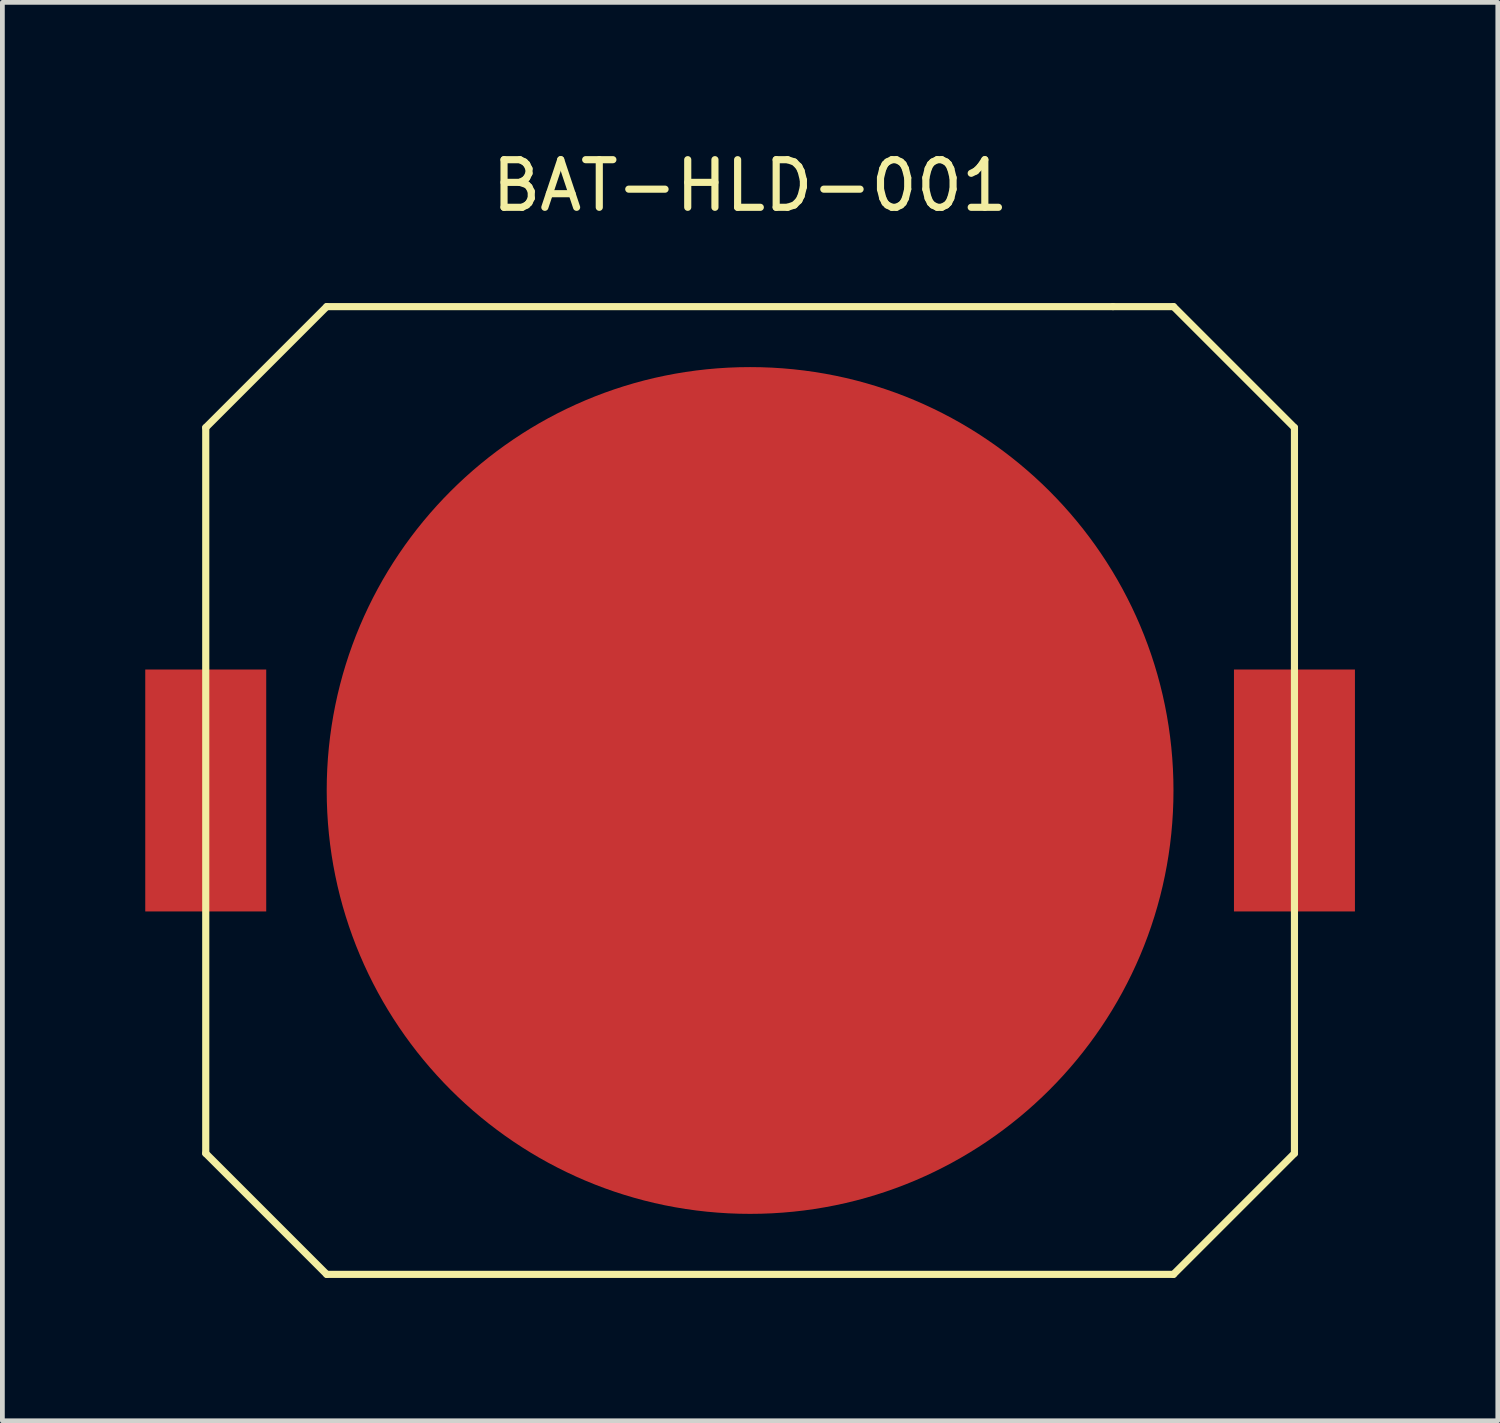
<source format=kicad_pcb>
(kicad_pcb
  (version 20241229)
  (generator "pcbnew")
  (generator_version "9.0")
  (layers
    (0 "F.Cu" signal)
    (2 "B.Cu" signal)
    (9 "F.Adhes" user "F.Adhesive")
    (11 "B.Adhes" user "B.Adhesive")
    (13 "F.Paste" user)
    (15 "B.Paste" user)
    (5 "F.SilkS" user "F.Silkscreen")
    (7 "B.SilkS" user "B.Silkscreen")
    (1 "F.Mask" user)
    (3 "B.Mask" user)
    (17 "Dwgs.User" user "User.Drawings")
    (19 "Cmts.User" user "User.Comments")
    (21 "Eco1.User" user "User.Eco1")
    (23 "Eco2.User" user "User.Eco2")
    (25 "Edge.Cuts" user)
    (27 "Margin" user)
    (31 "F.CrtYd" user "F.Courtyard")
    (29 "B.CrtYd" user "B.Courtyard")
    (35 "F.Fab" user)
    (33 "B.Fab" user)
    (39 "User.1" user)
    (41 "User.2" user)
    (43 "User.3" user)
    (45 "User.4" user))
  (footprint "BAT-HLD-001"
    (layer "F.Cu")
    (at 12.7 13.548)
    (property "Reference" "BAT-HLD-001" (at 0 -12.7 0) (layer "F.SilkS") (effects (font (size 1 1) (thickness 0.15))))
    (attr through_hole)
    (fp_line (start -11.43 -7.62) (end -11.43 7.62) (stroke (width 0.15) (type solid)) (layer "F.SilkS"))
    (fp_line (start -11.43 -7.62) (end -8.89 -10.16) (stroke (width 0.15) (type solid)) (layer "F.SilkS"))
    (fp_line (start -8.89 -10.16) (end 7.62 -10.16) (stroke (width 0.15) (type solid)) (layer "F.SilkS"))
    (fp_line (start -8.89 10.16) (end -11.43 7.62) (stroke (width 0.15) (type solid)) (layer "F.SilkS"))
    (fp_line (start 7.62 -10.16) (end 8.89 -10.16) (stroke (width 0.15) (type solid)) (layer "F.SilkS"))
    (fp_line (start 8.89 -10.16) (end 11.43 -7.62) (stroke (width 0.15) (type solid)) (layer "F.SilkS"))
    (fp_line (start 8.89 10.16) (end -8.89 10.16) (stroke (width 0.15) (type solid)) (layer "F.SilkS"))
    (fp_line (start 11.43 7.62) (end 8.89 10.16) (stroke (width 0.15) (type solid)) (layer "F.SilkS"))
    (fp_line (start 11.43 7.62) (end 11.43 -7.62) (stroke (width 0.15) (type solid)) (layer "F.SilkS"))
    (pad "1" smd rect (at -11.43 0) (size 2.54 5.08) (layers "F.Cu" "F.Mask" "F.Paste"))
    (pad "1" smd rect (at 11.43 0) (size 2.54 5.08) (layers "F.Cu" "F.Mask" "F.Paste"))
    (pad "2" smd oval (at 0 0) (size 17.78 17.78) (layers "F.Cu" "F.Mask" "F.Paste")))
  (gr_rect
    (start -3 -3)
    (end 28.4 26.783)
    (stroke (width 0.1) (type default))
    (fill no)
    (layer "Edge.Cuts")))
</source>
